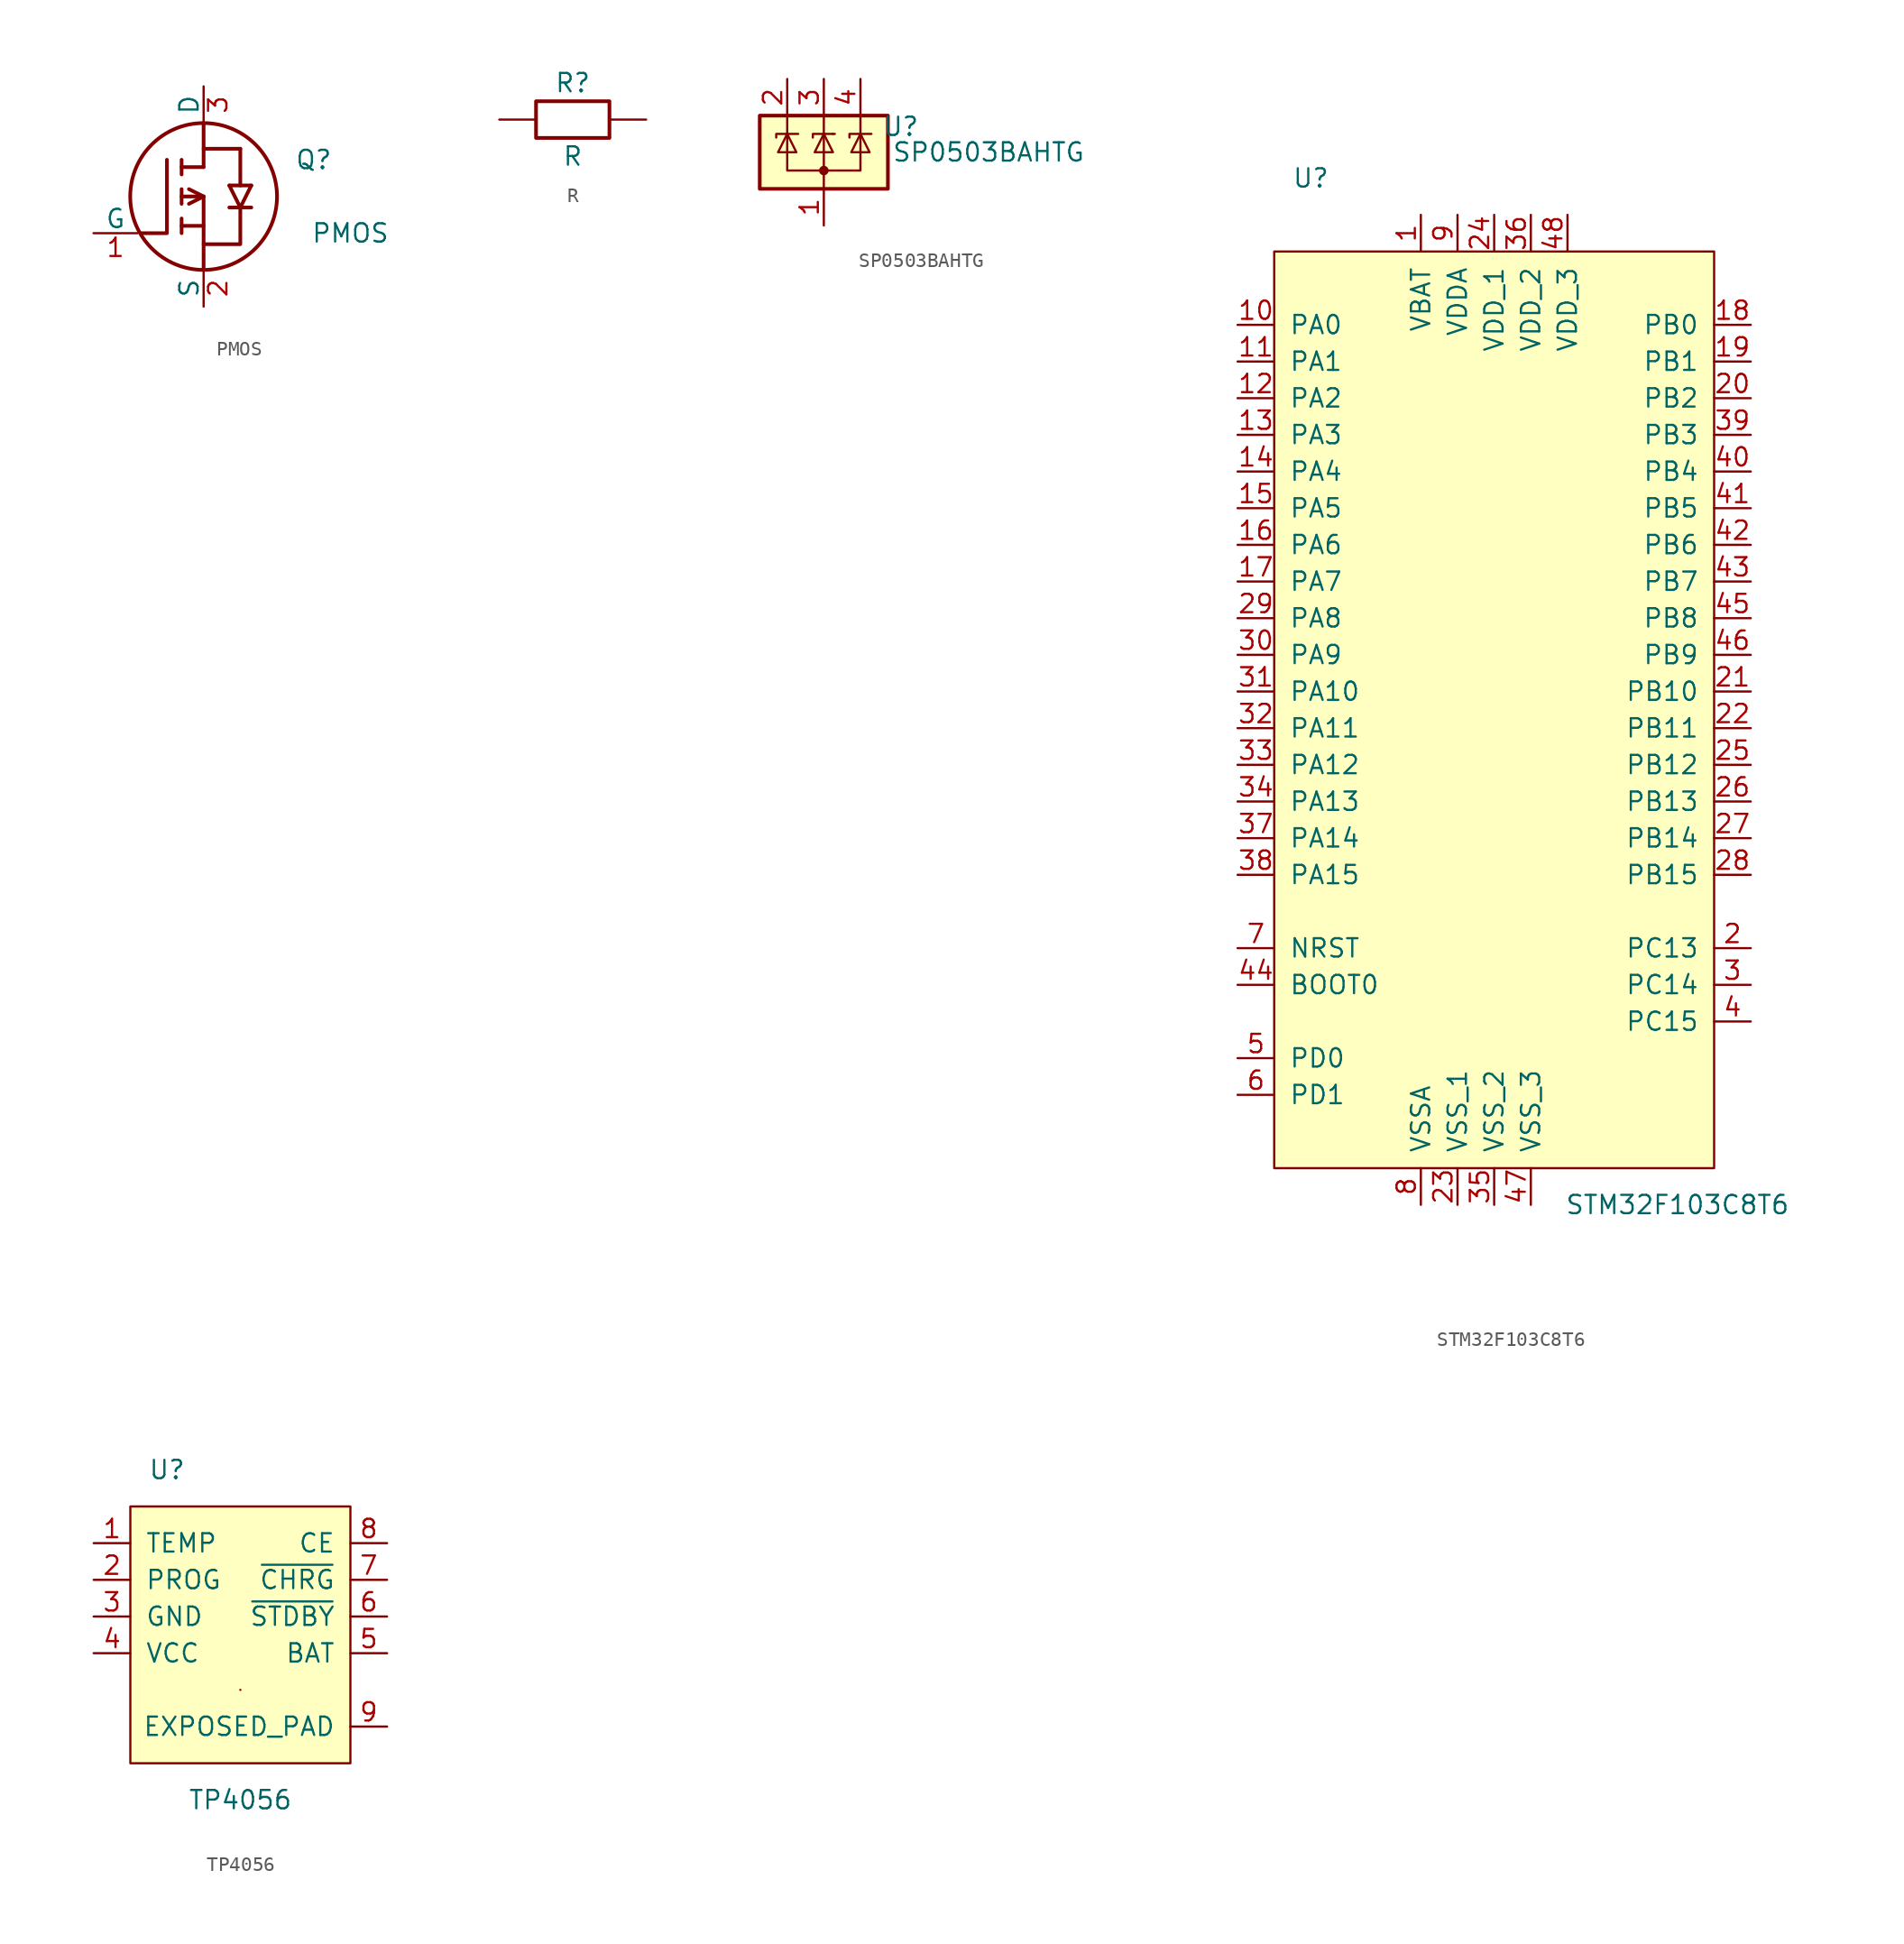
<source format=kicad_sym>
(kicad_symbol_lib
  (version 20241209)
  (generator "kicad_symbol_editor")
  (generator_version "9.0")
  (symbol "PMOS"
    (pin_names
      (offset 0))
    (property "Reference" "Q"
      (at 15.24 5.08 0)
      (effects (font (size 1.27 1.27))))
    (property "Value" "PMOS"
      (at 17.78 0 0)
      (effects (font (size 1.27 1.27))))
    (symbol "PMOS_0_1"
      (polyline (pts (xy 5.08 5.08) (xy 5.08 0) (xy 3.302 0)) (stroke (width 0.254) (type default)) (fill (type none)))
      (polyline (pts (xy 6.096 5.08) (xy 6.096 4.064)) (stroke (width 0.254) (type default)) (fill (type none)))
      (polyline (pts (xy 6.096 4.572) (xy 7.62 4.572)) (stroke (width 0.254) (type default)) (fill (type none)))
      (polyline (pts (xy 6.096 3.048) (xy 6.096 2.032)) (stroke (width 0.254) (type default)) (fill (type none)))
      (polyline (pts (xy 6.096 0.508) (xy 7.62 0.508)) (stroke (width 0.254) (type default)) (fill (type none)))
      (polyline (pts (xy 6.096 0) (xy 6.096 1.016)) (stroke (width 0.254) (type default)) (fill (type none)))
      (polyline (pts (xy 7.62 7.62) (xy 7.62 4.572)) (stroke (width 0.254) (type default)) (fill (type none)))
      (polyline (pts (xy 7.62 2.54) (xy 6.604 3.048)) (stroke (width 0.254) (type default)) (fill (type none)))
      (polyline (pts (xy 7.62 2.54) (xy 6.604 2.032)) (stroke (width 0.254) (type default)) (fill (type none)))
      (circle (center 7.62 2.54) (radius 5.08) (stroke (width 0.254) (type default)) (fill (type none)))
      (polyline (pts (xy 7.62 -2.54) (xy 7.62 2.54) (xy 6.096 2.54)) (stroke (width 0.254) (type default)) (fill (type none)))
      (polyline (pts (xy 9.398 3.302) (xy 10.922 3.302)) (stroke (width 0.254) (type default)) (fill (type none)))
      (polyline (pts (xy 9.398 3.302) (xy 10.16 1.778) (xy 10.922 3.302)) (stroke (width 0.254) (type default)) (fill (type none)))
      (polyline (pts (xy 9.398 1.778) (xy 10.922 1.778)) (stroke (width 0.254) (type default)) (fill (type none)))
      (polyline (pts (xy 10.16 5.842) (xy 7.62 5.842)) (stroke (width 0.254) (type default)) (fill (type none)))
      (polyline (pts (xy 10.16 3.302) (xy 10.16 5.842)) (stroke (width 0.254) (type default)) (fill (type none)))
      (polyline (pts (xy 10.16 1.778) (xy 10.16 -0.762) (xy 7.62 -0.762)) (stroke (width 0.254) (type default)) (fill (type none))))
    (symbol "PMOS_1_1"
      (pin unspecified line (at 0 0 0) (length 3.048) (name "G" (effects (font (size 1.27 1.27)))) (number "1" (effects (font (size 1.27 1.27)))))
      (pin unspecified line (at 7.62 10.16 270) (length 2.54) (name "D" (effects (font (size 1.27 1.27)))) (number "3" (effects (font (size 1.27 1.27)))))
      (pin unspecified line (at 7.62 -5.08 90) (length 2.54) (name "S" (effects (font (size 1.27 1.27)))) (number "2" (effects (font (size 1.27 1.27)))))))
  (symbol "R"
    (pin_numbers
      (hide yes))
    (pin_names
      (offset 1.016)
      (hide yes))
    (property "Reference" "R"
      (at 5.08 2.54 0)
      (effects (font (size 1.27 1.27))))
    (property "Value" "R"
      (at 5.08 -2.54 0)
      (effects (font (size 1.27 1.27))))
    (symbol "R_0_1"
      (rectangle (start 2.54 1.27) (end 7.62 -1.27) (stroke (width 0.254) (type default)) (fill (type none))))
    (symbol "R_1_1"
      (pin unspecified line (at 0 0 0) (length 2.54) (name "1" (effects (font (size 1.27 1.27)))) (number "1" (effects (font (size 1.27 1.27)))))
      (pin unspecified line (at 10.16 0 180) (length 2.54) (name "2" (effects (font (size 1.27 1.27)))) (number "2" (effects (font (size 1.27 1.27)))))))
  (symbol "SP0503BAHTG"
    (pin_names
      (hide yes))
    (property "Reference" "U"
      (at 7.874 -3.302 0)
      (effects (font (size 1.27 1.27))))
    (property "Value" "SP0503BAHTG"
      (at 13.97 -5.08 0)
      (effects (font (size 1.27 1.27))))
    (symbol "SP0503BAHTG_0_0"
      (pin unspecified line (at 2.54 -10.16 90) (length 2.54) (name "A" (effects (font (size 1.27 1.27)))) (number "1" (effects (font (size 1.27 1.27))))))
    (symbol "SP0503BAHTG_0_1"
      (rectangle (start -1.905 -2.54) (end 6.985 -7.62) (stroke (width 0.254) (type default)) (fill (type background)))
      (polyline (pts (xy -0.762 -4.064) (xy -0.762 -3.81) (xy 0.635 -3.81) (xy 0.762 -3.81)) (stroke (width 0) (type default)) (fill (type none)))
      (polyline (pts (xy 0 -2.54) (xy 0 -3.81)) (stroke (width 0) (type default)) (fill (type none)))
      (polyline (pts (xy 0 -3.81) (xy 0 -6.35) (xy 5.08 -6.35) (xy 5.08 -3.81)) (stroke (width 0) (type default)) (fill (type none)))
      (polyline (pts (xy 0 -3.81) (xy 0.635 -5.08) (xy -0.635 -5.08) (xy 0 -3.81)) (stroke (width 0) (type default)) (fill (type none)))
      (polyline (pts (xy 2.54 -2.54) (xy 2.54 -3.81)) (stroke (width 0) (type default)) (fill (type none)))
      (polyline (pts (xy 2.54 -6.35) (xy 2.54 -3.81)) (stroke (width 0) (type default)) (fill (type none)))
      (polyline (pts (xy 2.54 -6.35) (xy 2.54 -7.62)) (stroke (width 0) (type default)) (fill (type none)))
      (circle (center 2.54 -6.35) (radius 0.254) (stroke (width 0) (type default)) (fill (type outline)))
      (polyline (pts (xy 3.175 -3.81) (xy 3.302 -3.81)) (stroke (width 0) (type default)) (fill (type none)))
      (polyline (pts (xy 3.175 -3.81) (xy 1.778 -3.81) (xy 1.778 -4.064)) (stroke (width 0) (type default)) (fill (type none)))
      (polyline (pts (xy 3.175 -5.08) (xy 1.905 -5.08) (xy 2.54 -3.81) (xy 3.175 -5.08)) (stroke (width 0) (type default)) (fill (type none)))
      (polyline (pts (xy 4.318 -4.064) (xy 4.318 -3.81) (xy 5.715 -3.81) (xy 5.842 -3.81)) (stroke (width 0) (type default)) (fill (type none)))
      (polyline (pts (xy 5.08 -2.54) (xy 5.08 -3.81)) (stroke (width 0) (type default)) (fill (type none)))
      (polyline (pts (xy 5.08 -3.81) (xy 4.445 -5.08) (xy 5.715 -5.08) (xy 5.08 -3.81)) (stroke (width 0) (type default)) (fill (type none))))
    (symbol "SP0503BAHTG_1_1"
      (pin unspecified line (at 0 0 270) (length 2.54) (name "K" (effects (font (size 1.27 1.27)))) (number "2" (effects (font (size 1.27 1.27)))))
      (pin unspecified line (at 2.54 0 270) (length 2.54) (name "K" (effects (font (size 1.27 1.27)))) (number "3" (effects (font (size 1.27 1.27)))))
      (pin unspecified line (at 5.08 0 270) (length 2.54) (name "K" (effects (font (size 1.27 1.27)))) (number "4" (effects (font (size 1.27 1.27)))))))
  (symbol "STM32F103C8T6"
    (pin_names
      (offset 1.016))
    (property "Reference" "U"
      (at 5.08 10.16 0)
      (effects (font (size 1.27 1.27))))
    (property "Value" "STM32F103C8T6"
      (at 30.48 -60.96 0)
      (effects (font (size 1.27 1.27))))
    (symbol "STM32F103C8T6_0_0"
      (rectangle (start 2.54 5.08) (end 33.02 -58.42) (stroke (width 0) (type default)) (fill (type background))))
    (symbol "STM32F103C8T6_1_1"
      (pin unspecified line (at 0 0 0) (length 2.54) (name "PA0" (effects (font (size 1.27 1.27)))) (number "10" (effects (font (size 1.27 1.27)))))
      (pin unspecified line (at 0 -2.54 0) (length 2.54) (name "PA1" (effects (font (size 1.27 1.27)))) (number "11" (effects (font (size 1.27 1.27)))))
      (pin unspecified line (at 0 -5.08 0) (length 2.54) (name "PA2" (effects (font (size 1.27 1.27)))) (number "12" (effects (font (size 1.27 1.27)))))
      (pin unspecified line (at 0 -7.62 0) (length 2.54) (name "PA3" (effects (font (size 1.27 1.27)))) (number "13" (effects (font (size 1.27 1.27)))))
      (pin unspecified line (at 0 -10.16 0) (length 2.54) (name "PA4" (effects (font (size 1.27 1.27)))) (number "14" (effects (font (size 1.27 1.27)))))
      (pin unspecified line (at 0 -12.7 0) (length 2.54) (name "PA5" (effects (font (size 1.27 1.27)))) (number "15" (effects (font (size 1.27 1.27)))))
      (pin unspecified line (at 0 -15.24 0) (length 2.54) (name "PA6" (effects (font (size 1.27 1.27)))) (number "16" (effects (font (size 1.27 1.27)))))
      (pin unspecified line (at 0 -17.78 0) (length 2.54) (name "PA7" (effects (font (size 1.27 1.27)))) (number "17" (effects (font (size 1.27 1.27)))))
      (pin unspecified line (at 0 -20.32 0) (length 2.54) (name "PA8" (effects (font (size 1.27 1.27)))) (number "29" (effects (font (size 1.27 1.27)))))
      (pin unspecified line (at 0 -22.86 0) (length 2.54) (name "PA9" (effects (font (size 1.27 1.27)))) (number "30" (effects (font (size 1.27 1.27)))))
      (pin unspecified line (at 0 -25.4 0) (length 2.54) (name "PA10" (effects (font (size 1.27 1.27)))) (number "31" (effects (font (size 1.27 1.27)))))
      (pin unspecified line (at 0 -27.94 0) (length 2.54) (name "PA11" (effects (font (size 1.27 1.27)))) (number "32" (effects (font (size 1.27 1.27)))))
      (pin unspecified line (at 0 -30.48 0) (length 2.54) (name "PA12" (effects (font (size 1.27 1.27)))) (number "33" (effects (font (size 1.27 1.27)))))
      (pin unspecified line (at 0 -33.02 0) (length 2.54) (name "PA13" (effects (font (size 1.27 1.27)))) (number "34" (effects (font (size 1.27 1.27)))))
      (pin unspecified line (at 0 -35.56 0) (length 2.54) (name "PA14" (effects (font (size 1.27 1.27)))) (number "37" (effects (font (size 1.27 1.27)))))
      (pin unspecified line (at 0 -38.1 0) (length 2.54) (name "PA15" (effects (font (size 1.27 1.27)))) (number "38" (effects (font (size 1.27 1.27)))))
      (pin unspecified line (at 0 -43.18 0) (length 2.54) (name "NRST" (effects (font (size 1.27 1.27)))) (number "7" (effects (font (size 1.27 1.27)))))
      (pin unspecified line (at 0 -45.72 0) (length 2.54) (name "BOOT0" (effects (font (size 1.27 1.27)))) (number "44" (effects (font (size 1.27 1.27)))))
      (pin unspecified line (at 0 -50.8 0) (length 2.54) (name "PD0" (effects (font (size 1.27 1.27)))) (number "5" (effects (font (size 1.27 1.27)))))
      (pin unspecified line (at 0 -53.34 0) (length 2.54) (name "PD1" (effects (font (size 1.27 1.27)))) (number "6" (effects (font (size 1.27 1.27)))))
      (pin unspecified line (at 12.7 7.62 270) (length 2.54) (name "VBAT" (effects (font (size 1.27 1.27)))) (number "1" (effects (font (size 1.27 1.27)))))
      (pin unspecified line (at 12.7 -60.96 90) (length 2.54) (name "VSSA" (effects (font (size 1.27 1.27)))) (number "8" (effects (font (size 1.27 1.27)))))
      (pin unspecified line (at 15.24 7.62 270) (length 2.54) (name "VDDA" (effects (font (size 1.27 1.27)))) (number "9" (effects (font (size 1.27 1.27)))))
      (pin unspecified line (at 15.24 -60.96 90) (length 2.54) (name "VSS_1" (effects (font (size 1.27 1.27)))) (number "23" (effects (font (size 1.27 1.27)))))
      (pin unspecified line (at 17.78 7.62 270) (length 2.54) (name "VDD_1" (effects (font (size 1.27 1.27)))) (number "24" (effects (font (size 1.27 1.27)))))
      (pin unspecified line (at 17.78 -60.96 90) (length 2.54) (name "VSS_2" (effects (font (size 1.27 1.27)))) (number "35" (effects (font (size 1.27 1.27)))))
      (pin unspecified line (at 20.32 7.62 270) (length 2.54) (name "VDD_2" (effects (font (size 1.27 1.27)))) (number "36" (effects (font (size 1.27 1.27)))))
      (pin unspecified line (at 20.32 -60.96 90) (length 2.54) (name "VSS_3" (effects (font (size 1.27 1.27)))) (number "47" (effects (font (size 1.27 1.27)))))
      (pin unspecified line (at 22.86 7.62 270) (length 2.54) (name "VDD_3" (effects (font (size 1.27 1.27)))) (number "48" (effects (font (size 1.27 1.27)))))
      (pin unspecified line (at 35.56 0 180) (length 2.54) (name "PB0" (effects (font (size 1.27 1.27)))) (number "18" (effects (font (size 1.27 1.27)))))
      (pin unspecified line (at 35.56 -2.54 180) (length 2.54) (name "PB1" (effects (font (size 1.27 1.27)))) (number "19" (effects (font (size 1.27 1.27)))))
      (pin unspecified line (at 35.56 -5.08 180) (length 2.54) (name "PB2" (effects (font (size 1.27 1.27)))) (number "20" (effects (font (size 1.27 1.27)))))
      (pin unspecified line (at 35.56 -7.62 180) (length 2.54) (name "PB3" (effects (font (size 1.27 1.27)))) (number "39" (effects (font (size 1.27 1.27)))))
      (pin unspecified line (at 35.56 -10.16 180) (length 2.54) (name "PB4" (effects (font (size 1.27 1.27)))) (number "40" (effects (font (size 1.27 1.27)))))
      (pin unspecified line (at 35.56 -12.7 180) (length 2.54) (name "PB5" (effects (font (size 1.27 1.27)))) (number "41" (effects (font (size 1.27 1.27)))))
      (pin unspecified line (at 35.56 -15.24 180) (length 2.54) (name "PB6" (effects (font (size 1.27 1.27)))) (number "42" (effects (font (size 1.27 1.27)))))
      (pin unspecified line (at 35.56 -17.78 180) (length 2.54) (name "PB7" (effects (font (size 1.27 1.27)))) (number "43" (effects (font (size 1.27 1.27)))))
      (pin unspecified line (at 35.56 -20.32 180) (length 2.54) (name "PB8" (effects (font (size 1.27 1.27)))) (number "45" (effects (font (size 1.27 1.27)))))
      (pin unspecified line (at 35.56 -22.86 180) (length 2.54) (name "PB9" (effects (font (size 1.27 1.27)))) (number "46" (effects (font (size 1.27 1.27)))))
      (pin unspecified line (at 35.56 -25.4 180) (length 2.54) (name "PB10" (effects (font (size 1.27 1.27)))) (number "21" (effects (font (size 1.27 1.27)))))
      (pin unspecified line (at 35.56 -27.94 180) (length 2.54) (name "PB11" (effects (font (size 1.27 1.27)))) (number "22" (effects (font (size 1.27 1.27)))))
      (pin unspecified line (at 35.56 -30.48 180) (length 2.54) (name "PB12" (effects (font (size 1.27 1.27)))) (number "25" (effects (font (size 1.27 1.27)))))
      (pin unspecified line (at 35.56 -33.02 180) (length 2.54) (name "PB13" (effects (font (size 1.27 1.27)))) (number "26" (effects (font (size 1.27 1.27)))))
      (pin unspecified line (at 35.56 -35.56 180) (length 2.54) (name "PB14" (effects (font (size 1.27 1.27)))) (number "27" (effects (font (size 1.27 1.27)))))
      (pin unspecified line (at 35.56 -38.1 180) (length 2.54) (name "PB15" (effects (font (size 1.27 1.27)))) (number "28" (effects (font (size 1.27 1.27)))))
      (pin unspecified line (at 35.56 -43.18 180) (length 2.54) (name "PC13" (effects (font (size 1.27 1.27)))) (number "2" (effects (font (size 1.27 1.27)))))
      (pin unspecified line (at 35.56 -45.72 180) (length 2.54) (name "PC14" (effects (font (size 1.27 1.27)))) (number "3" (effects (font (size 1.27 1.27)))))
      (pin unspecified line (at 35.56 -48.26 180) (length 2.54) (name "PC15" (effects (font (size 1.27 1.27)))) (number "4" (effects (font (size 1.27 1.27)))))))
  (symbol "TP4056"
    (pin_names
      (offset 1.016))
    (property "Reference" "U"
      (at 5.08 5.08 0)
      (effects (font (size 1.27 1.27))))
    (property "Value" "TP4056"
      (at 10.16 -17.78 0)
      (effects (font (size 1.27 1.27))))
    (symbol "TP4056_0_0"
      (rectangle (start 2.54 2.54) (end 17.78 -15.24) (stroke (width 0) (type default)) (fill (type background)))
      (rectangle (start 10.16 -10.16) (end 10.16 -10.16) (stroke (width 0) (type default)) (fill (type none))))
    (symbol "TP4056_1_1"
      (pin unspecified line (at 0 0 0) (length 2.54) (name "TEMP" (effects (font (size 1.27 1.27)))) (number "1" (effects (font (size 1.27 1.27)))))
      (pin unspecified line (at 0 -2.54 0) (length 2.54) (name "PROG" (effects (font (size 1.27 1.27)))) (number "2" (effects (font (size 1.27 1.27)))))
      (pin unspecified line (at 0 -5.08 0) (length 2.54) (name "GND" (effects (font (size 1.27 1.27)))) (number "3" (effects (font (size 1.27 1.27)))))
      (pin unspecified line (at 0 -7.62 0) (length 2.54) (name "VCC" (effects (font (size 1.27 1.27)))) (number "4" (effects (font (size 1.27 1.27)))))
      (pin unspecified line (at 20.32 0 180) (length 2.54) (name "CE" (effects (font (size 1.27 1.27)))) (number "8" (effects (font (size 1.27 1.27)))))
      (pin unspecified line (at 20.32 -2.54 180) (length 2.54) (name "~{CHRG}" (effects (font (size 1.27 1.27)))) (number "7" (effects (font (size 1.27 1.27)))))
      (pin unspecified line (at 20.32 -5.08 180) (length 2.54) (name "~{STDBY}" (effects (font (size 1.27 1.27)))) (number "6" (effects (font (size 1.27 1.27)))))
      (pin unspecified line (at 20.32 -7.62 180) (length 2.54) (name "BAT" (effects (font (size 1.27 1.27)))) (number "5" (effects (font (size 1.27 1.27)))))
      (pin unspecified line (at 20.32 -12.7 180) (length 2.54) (name "EXPOSED_PAD" (effects (font (size 1.27 1.27)))) (number "9" (effects (font (size 1.27 1.27))))))))
</source>
